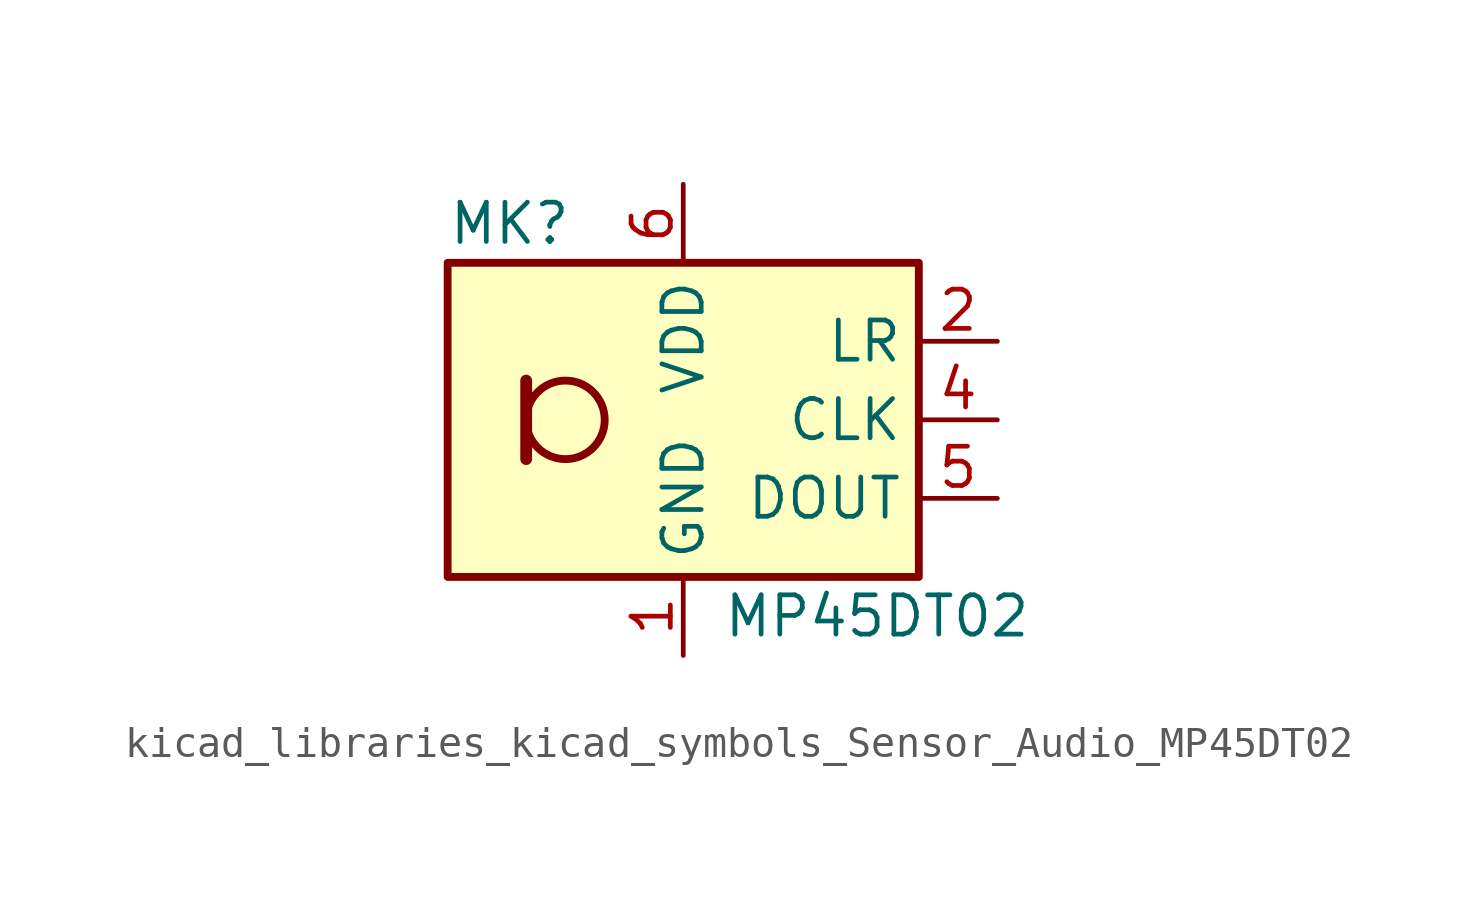
<source format=kicad_sym>
(kicad_symbol_lib
  (version 20220914)
  (generator kicad_symbol_editor)
  (symbol "kicad_libraries_kicad_symbols_Sensor_Audio_MP45DT02"
    (property "Reference" "MK"
      (at -7.62 6.35 0)
      (effects (font (size 1.27 1.27)) (justify left)))
    (property "Value" "MP45DT02"
      (at 1.27 -6.35 0)
      (effects (font (size 1.27 1.27)) (justify left)))
    (symbol "kicad_libraries_kicad_symbols_Sensor_Audio_MP45DT02_0_1"
      (rectangle (start -7.62 5.08) (end 7.62 -5.08) (stroke (width 0.254) (type default)) (fill (type background)))
      (circle (center -3.81 0) (radius 1.27) (stroke (width 0.254) (type default)) (fill (type none)))
      (polyline (pts (xy -5.08 1.27) (xy -5.08 -1.27)) (stroke (width 0.381) (type default)) (fill (type none))))
    (symbol "kicad_libraries_kicad_symbols_Sensor_Audio_MP45DT02_1_1"
      (pin power_in line (at 0 -7.62 90) (length 2.54) (name "GND" (effects (font (size 1.27 1.27)))) (number "1" (effects (font (size 1.27 1.27)))))
      (pin input line (at 10.16 2.54 180) (length 2.54) (name "LR" (effects (font (size 1.27 1.27)))) (number "2" (effects (font (size 1.27 1.27)))))
      (pin passive line (at 0 -7.62 90) (length 2.54) hide (name "GND" (effects (font (size 1.27 1.27)))) (number "3" (effects (font (size 1.27 1.27)))))
      (pin input line (at 10.16 0 180) (length 2.54) (name "CLK" (effects (font (size 1.27 1.27)))) (number "4" (effects (font (size 1.27 1.27)))))
      (pin output line (at 10.16 -2.54 180) (length 2.54) (name "DOUT" (effects (font (size 1.27 1.27)))) (number "5" (effects (font (size 1.27 1.27)))))
      (pin power_in line (at 0 7.62 270) (length 2.54) (name "VDD" (effects (font (size 1.27 1.27)))) (number "6" (effects (font (size 1.27 1.27))))))))
</source>
